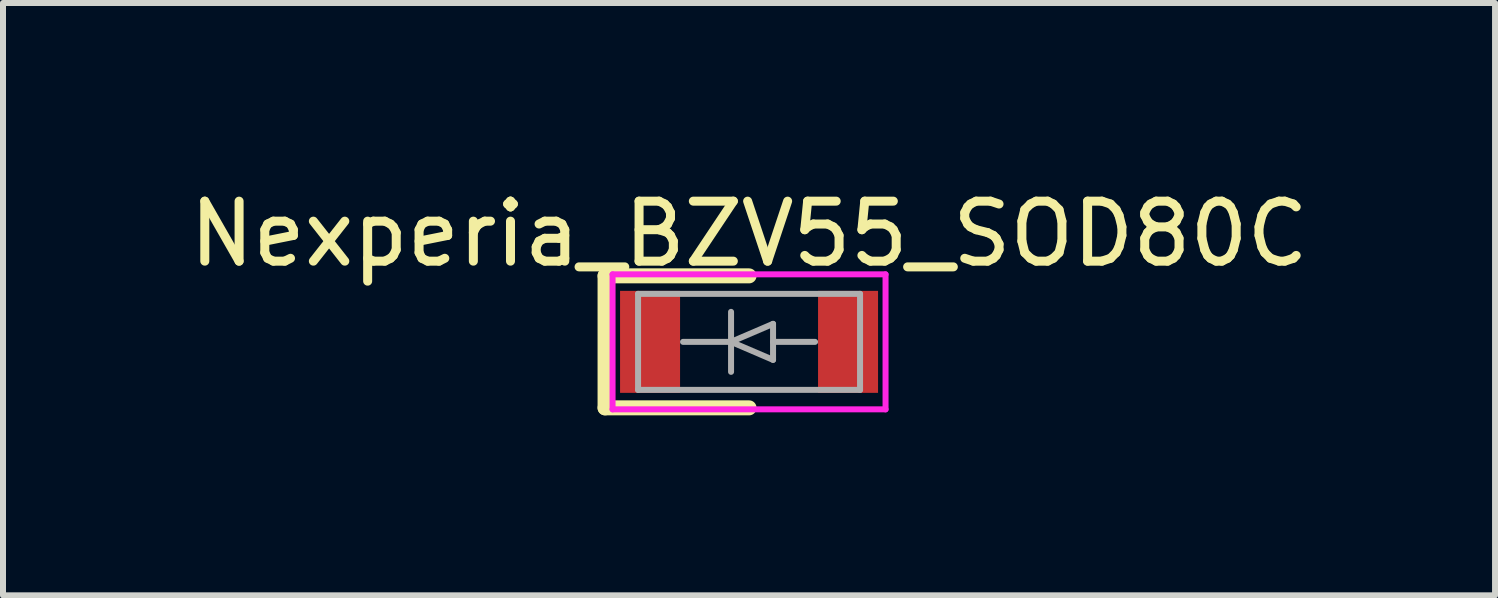
<source format=kicad_pcb>
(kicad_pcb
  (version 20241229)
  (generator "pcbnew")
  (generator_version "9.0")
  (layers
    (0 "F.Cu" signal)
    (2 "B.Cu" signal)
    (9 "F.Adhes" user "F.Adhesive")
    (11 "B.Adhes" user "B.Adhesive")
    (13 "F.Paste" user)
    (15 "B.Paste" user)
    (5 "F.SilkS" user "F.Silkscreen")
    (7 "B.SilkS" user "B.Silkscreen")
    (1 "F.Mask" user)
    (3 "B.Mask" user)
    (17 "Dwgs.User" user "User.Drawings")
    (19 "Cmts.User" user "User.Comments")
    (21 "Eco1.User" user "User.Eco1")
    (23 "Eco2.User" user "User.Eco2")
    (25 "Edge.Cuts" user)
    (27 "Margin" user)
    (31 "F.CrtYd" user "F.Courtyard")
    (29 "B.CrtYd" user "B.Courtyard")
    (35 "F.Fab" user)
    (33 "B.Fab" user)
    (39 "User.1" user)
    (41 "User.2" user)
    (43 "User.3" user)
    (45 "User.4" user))
  (footprint "Nexperia_BZV55_SOD80C"
    (layer "F.Cu")
    (at 9.435 2.648)
    (property "Reference" "Nexperia_BZV55_SOD80C" (at 0 -1.8 0) (layer "F.SilkS") (effects (font (size 1 1) (thickness 0.15))))
    (attr through_hole)
    (fp_line (start -2.4 -1.1) (end -2.4 1.1) (stroke (width 0.25) (type solid)) (layer "F.SilkS"))
    (fp_line (start -2.4 1.1) (end 0 1.1) (stroke (width 0.25) (type solid)) (layer "F.SilkS"))
    (fp_line (start 0 -1.1) (end -2.4 -1.1) (stroke (width 0.25) (type solid)) (layer "F.SilkS"))
    (fp_line (start -2.275 -1.125) (end 2.275 -1.125) (stroke (width 0.1) (type solid)) (layer "F.CrtYd"))
    (fp_line (start -2.275 1.125) (end -2.275 -1.125) (stroke (width 0.1) (type solid)) (layer "F.CrtYd"))
    (fp_line (start 2.275 -1.125) (end 2.275 1.125) (stroke (width 0.1) (type solid)) (layer "F.CrtYd"))
    (fp_line (start 2.275 1.125) (end -2.275 1.125) (stroke (width 0.1) (type solid)) (layer "F.CrtYd"))
    (fp_line (start -1.85 -0.8) (end 1.85 -0.8) (stroke (width 0.1) (type solid)) (layer "F.Fab"))
    (fp_line (start -1.85 0.8) (end -1.85 -0.8) (stroke (width 0.1) (type solid)) (layer "F.Fab"))
    (fp_line (start -0.3 0) (end -1.1 0) (stroke (width 0.1) (type solid)) (layer "F.Fab"))
    (fp_line (start -0.3 0) (end 0.4 0.3) (stroke (width 0.1) (type solid)) (layer "F.Fab"))
    (fp_line (start -0.3 0.5) (end -0.3 -0.5) (stroke (width 0.1) (type solid)) (layer "F.Fab"))
    (fp_line (start 0.4 -0.3) (end -0.3 0) (stroke (width 0.1) (type solid)) (layer "F.Fab"))
    (fp_line (start 0.4 0) (end 1.1 0) (stroke (width 0.1) (type solid)) (layer "F.Fab"))
    (fp_line (start 0.4 0.3) (end 0.4 -0.3) (stroke (width 0.1) (type solid)) (layer "F.Fab"))
    (fp_line (start 1.85 -0.8) (end 1.85 0.8) (stroke (width 0.1) (type solid)) (layer "F.Fab"))
    (fp_line (start 1.85 0.8) (end -1.85 0.8) (stroke (width 0.1) (type solid)) (layer "F.Fab"))
    (pad "1" smd rect (at -1.65 0) (size 1 1.7) (layers "F.Cu" "F.Mask" "F.Paste"))
    (pad "2" smd rect (at 1.65 0) (size 1 1.7) (layers "F.Cu" "F.Mask" "F.Paste")))
  (gr_rect
    (start -3 -3)
    (end 21.869 6.873)
    (stroke (width 0.1) (type default))
    (fill no)
    (layer "Edge.Cuts")))
</source>
